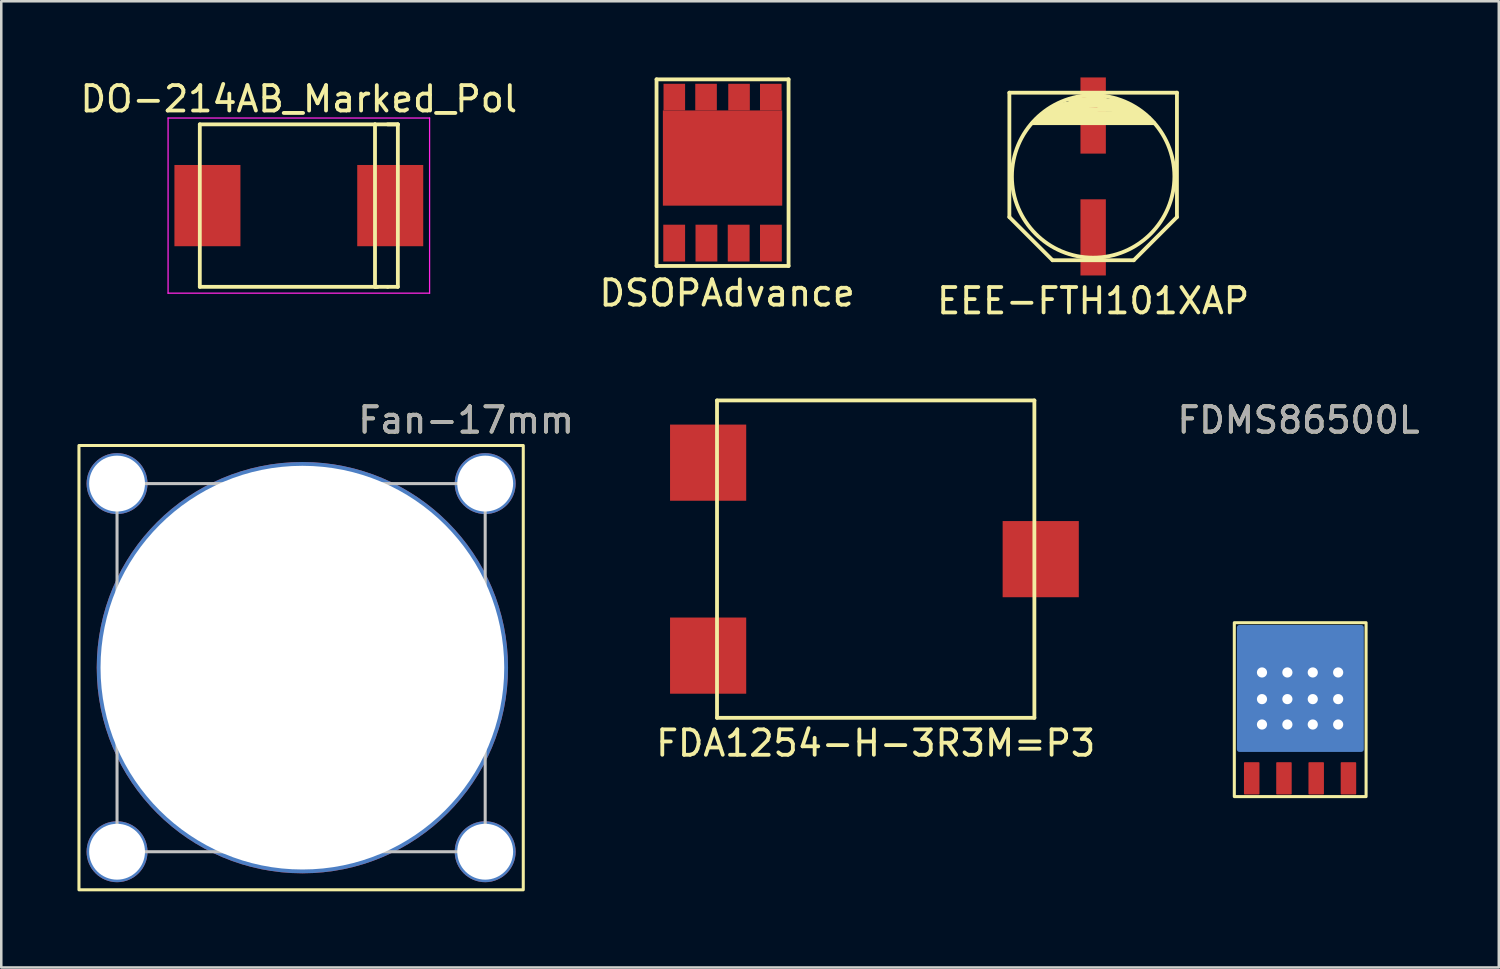
<source format=kicad_pcb>
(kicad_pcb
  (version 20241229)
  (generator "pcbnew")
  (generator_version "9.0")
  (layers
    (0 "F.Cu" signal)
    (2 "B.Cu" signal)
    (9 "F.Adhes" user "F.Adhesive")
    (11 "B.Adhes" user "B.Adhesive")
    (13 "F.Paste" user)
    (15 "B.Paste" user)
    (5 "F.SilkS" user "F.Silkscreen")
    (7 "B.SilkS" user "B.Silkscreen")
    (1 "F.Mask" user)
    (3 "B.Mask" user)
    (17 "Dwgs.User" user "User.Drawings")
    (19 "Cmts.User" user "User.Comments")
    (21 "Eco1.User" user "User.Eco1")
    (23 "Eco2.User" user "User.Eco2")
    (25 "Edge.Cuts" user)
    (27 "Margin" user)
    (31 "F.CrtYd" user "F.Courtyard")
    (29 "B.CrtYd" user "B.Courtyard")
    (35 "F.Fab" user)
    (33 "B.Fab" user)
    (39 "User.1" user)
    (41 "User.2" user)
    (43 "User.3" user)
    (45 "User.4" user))
  (footprint "FDA1254-H-3R3M=P3"
    (layer "F.Cu")
    (at 31.441 18.973)
    (property "Reference" "FDA1254-H-3R3M=P3" (at 0 7.25 0) (layer "F.SilkS") (effects (font (size 1 1) (thickness 0.15))))
    (attr through_hole)
    (fp_line (start -6.25 -6.25) (end 6.25 -6.25) (stroke (width 0.15) (type solid)) (layer "F.SilkS"))
    (fp_line (start -6.25 6.25) (end -6.25 -6.25) (stroke (width 0.15) (type solid)) (layer "F.SilkS"))
    (fp_line (start 6.25 -6.25) (end 6.25 6.25) (stroke (width 0.15) (type solid)) (layer "F.SilkS"))
    (fp_line (start 6.25 6.25) (end -6.25 6.25) (stroke (width 0.15) (type solid)) (layer "F.SilkS"))
    (pad "1" smd rect (at -6.6 -3.8) (size 3 3) (layers "F.Cu" "F.Mask" "F.Paste"))
    (pad "2" smd rect (at -6.6 3.8) (size 3 3) (layers "F.Cu" "F.Mask" "F.Paste"))
    (pad "D" smd rect (at 6.5 0) (size 3 3) (layers "F.Cu" "F.Mask" "F.Paste")))
  (footprint "FDMS86500L"
    (layer "F.Cu")
    (at 48.156 24.936)
    (property "Reference" "FDMS86500L" (at -0.06 -11.44 0) (unlocked yes) (layer "F.SilkS") (effects (font (size 1 1) (thickness 0.15))))
    (attr smd)
    (fp_rect (start -2.59 -3.46) (end 2.6 3.39) (stroke (width 0.12) (type solid)) (fill no) (layer "F.SilkS"))
    (fp_text user "${REFERENCE}" (at -0.06 -11.44 0) (unlocked yes) (layer "F.Fab") (effects (font (size 1 1) (thickness 0.15))))
    (pad "1" smd roundrect (at -1.905 2.67) (size 0.61 1.27) (layers "F.Cu" "F.Mask" "F.Paste") (roundrect_rratio 0.05))
    (pad "2" smd roundrect (at -0.635 2.67) (size 0.61 1.27) (layers "F.Cu" "F.Mask" "F.Paste") (roundrect_rratio 0.05))
    (pad "3" smd roundrect (at 0.635 2.67) (size 0.61 1.27) (layers "F.Cu" "F.Mask" "F.Paste") (roundrect_rratio 0.05))
    (pad "4" smd roundrect (at 1.905 2.67) (size 0.61 1.27) (layers "F.Cu" "F.Mask" "F.Paste") (roundrect_rratio 0.05))
    (pad "5" smd roundrect (at -1.905 -2.67) (size 0.61 1.27) (layers "F.Cu" "F.Mask" "F.Paste") (roundrect_rratio 0.05))
    (pad "5" thru_hole circle (at -1.5 -1.5) (size 0.8 0.8) (drill 0.4) (layers "*.Cu" "*.Mask"))
    (pad "5" thru_hole circle (at -1.5 -0.45) (size 0.8 0.8) (drill 0.4) (layers "*.Cu" "*.Mask"))
    (pad "5" thru_hole circle (at -1.5 0.55) (size 0.8 0.8) (drill 0.4) (layers "*.Cu" "*.Mask"))
    (pad "5" smd roundrect (at -0.635 -2.67) (size 0.61 1.27) (layers "F.Cu" "F.Mask" "F.Paste") (roundrect_rratio 0.05))
    (pad "5" thru_hole circle (at -0.5 -1.5) (size 0.8 0.8) (drill 0.4) (layers "*.Cu" "*.Mask"))
    (pad "5" thru_hole circle (at -0.5 -0.45) (size 0.8 0.8) (drill 0.4) (layers "*.Cu" "*.Mask"))
    (pad "5" thru_hole circle (at -0.5 0.55) (size 0.8 0.8) (drill 0.4) (layers "*.Cu" "*.Mask"))
    (pad "5" smd roundrect (at 0 -0.66) (size 3.91 3.75) (layers "F.Cu" "F.Mask" "F.Paste") (roundrect_rratio 0.02))
    (pad "5" smd roundrect (at 0.01 -0.87) (size 5 5) (layers "B.Cu") (roundrect_rratio 0.02))
    (pad "5" thru_hole circle (at 0.5 -1.5) (size 0.8 0.8) (drill 0.4) (layers "*.Cu" "*.Mask"))
    (pad "5" thru_hole circle (at 0.5 -0.45) (size 0.8 0.8) (drill 0.4) (layers "*.Cu" "*.Mask"))
    (pad "5" thru_hole circle (at 0.5 0.55) (size 0.8 0.8) (drill 0.4) (layers "*.Cu" "*.Mask"))
    (pad "5" smd roundrect (at 0.635 -2.67) (size 0.61 1.27) (layers "F.Cu" "F.Mask" "F.Paste") (roundrect_rratio 0.05))
    (pad "5" thru_hole circle (at 1.5 -1.5) (size 0.8 0.8) (drill 0.4) (layers "*.Cu" "*.Mask"))
    (pad "5" thru_hole circle (at 1.5 -0.45) (size 0.8 0.8) (drill 0.4) (layers "*.Cu" "*.Mask"))
    (pad "5" thru_hole circle (at 1.5 0.55) (size 0.8 0.8) (drill 0.4) (layers "*.Cu" "*.Mask"))
    (pad "5" smd roundrect (at 1.905 -2.67) (size 0.61 1.27) (layers "F.Cu" "F.Mask" "F.Paste") (roundrect_rratio 0.05)))
  (footprint "DO-214AB_Marked_Pol"
    (layer "F.Cu")
    (at 8.72 5.048)
    (property "Reference" "DO-214AB_Marked_Pol" (at 0 -4.2 0) (layer "F.SilkS") (effects (font (size 1 1) (thickness 0.15))))
    (attr smd)
    (fp_line (start -3.9 -3.2) (end -3.9 3.2) (stroke (width 0.15) (type solid)) (layer "F.SilkS"))
    (fp_line (start -3.9 -3.2) (end 3 -3.2) (stroke (width 0.15) (type solid)) (layer "F.SilkS"))
    (fp_line (start -3.9 3.2) (end 3.1 3.2) (stroke (width 0.15) (type solid)) (layer "F.SilkS"))
    (fp_line (start 3 -3.2) (end 3.9 -3.2) (stroke (width 0.15) (type solid)) (layer "F.SilkS"))
    (fp_line (start 3 3.2) (end 3 -3.2) (stroke (width 0.15) (type solid)) (layer "F.SilkS"))
    (fp_line (start 3.5 -3.2) (end 3.9 -3.2) (stroke (width 0.15) (type solid)) (layer "F.SilkS"))
    (fp_line (start 3.5 3.2) (end 3 3.2) (stroke (width 0.15) (type solid)) (layer "F.SilkS"))
    (fp_line (start 3.9 -3.2) (end 3.9 3.2) (stroke (width 0.15) (type solid)) (layer "F.SilkS"))
    (fp_line (start 3.9 3.2) (end 3.5 3.2) (stroke (width 0.15) (type solid)) (layer "F.SilkS"))
    (fp_line (start -5.15 -3.45) (end 5.15 -3.45) (stroke (width 0.05) (type solid)) (layer "F.CrtYd"))
    (fp_line (start -5.15 3.45) (end -5.15 -3.45) (stroke (width 0.05) (type solid)) (layer "F.CrtYd"))
    (fp_line (start 5.15 -3.45) (end 5.15 3.45) (stroke (width 0.05) (type solid)) (layer "F.CrtYd"))
    (fp_line (start 5.15 3.45) (end -5.15 3.45) (stroke (width 0.05) (type solid)) (layer "F.CrtYd"))
    (pad "1" smd rect (at -3.6 0) (size 2.6 3.2) (layers "F.Cu" "F.Mask" "F.Paste"))
    (pad "2" smd rect (at 3.6 0) (size 2.6 3.2) (layers "F.Cu" "F.Mask" "F.Paste")))
  (footprint "Fan-17mm"
    (layer "F.Cu")
    (at 8.81 23.247)
    (property "Reference" "Fan-17mm" (at 6.5 -9.75 0) (unlocked yes) (layer "F.SilkS") (effects (font (size 1 1) (thickness 0.15))))
    (attr smd)
    (fp_rect (start -8.75 -8.75) (end 8.75 8.75) (stroke (width 0.12) (type solid)) (fill no) (layer "F.SilkS"))
    (fp_rect (start -7.25 -7.25) (end 7.25 7.25) (stroke (width 0.12) (type solid)) (fill no) (layer "Dwgs.User"))
    (fp_text user "${REFERENCE}" (at 6.5 -9.75 0) (unlocked yes) (layer "F.Fab") (effects (font (size 1 1) (thickness 0.15))))
    (pad "" np_thru_hole circle (at -7.25 -7.25) (size 2.4 2.4) (drill 2.2) (layers "*.Cu" "*.Mask"))
    (pad "" np_thru_hole circle (at -7.25 7.25) (size 2.4 2.4) (drill 2.2) (layers "*.Cu" "*.Mask"))
    (pad "" np_thru_hole circle (at 0.05 0) (size 16.2 16.2) (drill 15.9) (layers "*.Cu" "*.Mask"))
    (pad "" np_thru_hole circle (at 7.25 -7.25) (size 2.4 2.4) (drill 2.2) (layers "*.Cu" "*.Mask"))
    (pad "" np_thru_hole circle (at 7.25 7.25) (size 2.4 2.4) (drill 2.2) (layers "*.Cu" "*.Mask")))
  (footprint "DSOPAdvance"
    (layer "F.Cu")
    (at 25.409 6.325)
    (property "Reference" "DSOPAdvance" (at 0.18 2.17 0) (layer "F.SilkS") (effects (font (size 1 1) (thickness 0.15))))
    (attr through_hole)
    (fp_line (start -2.6 -6.25) (end 2.6 -6.25) (stroke (width 0.15) (type solid)) (layer "F.SilkS"))
    (fp_line (start -2.6 1.1) (end -2.6 -6.25) (stroke (width 0.15) (type solid)) (layer "F.SilkS"))
    (fp_line (start 2.6 -6.25) (end 2.6 1.1) (stroke (width 0.15) (type solid)) (layer "F.SilkS"))
    (fp_line (start 2.6 1.1) (end -2.6 1.1) (stroke (width 0.15) (type solid)) (layer "F.SilkS"))
    (pad "1" smd rect (at -1.905 0.2) (size 0.86 1.45) (layers "F.Cu" "F.Mask" "F.Paste"))
    (pad "2" smd rect (at -0.635 0.2) (size 0.86 1.45) (layers "F.Cu" "F.Mask" "F.Paste"))
    (pad "3" smd rect (at 0.635 0.2) (size 0.86 1.45) (layers "F.Cu" "F.Mask" "F.Paste"))
    (pad "4" smd rect (at 1.905 0.2) (size 0.86 1.45) (layers "F.Cu" "F.Mask" "F.Paste"))
    (pad "5" smd rect (at -1.9 -5.55) (size 0.85 1.05) (layers "F.Cu" "F.Mask" "F.Paste"))
    (pad "5" smd rect (at -0.65 -5.55) (size 0.85 1.05) (layers "F.Cu" "F.Mask" "F.Paste"))
    (pad "5" smd rect (at 0 -3.15) (size 4.7 3.75) (layers "F.Cu" "F.Mask" "F.Paste"))
    (pad "5" smd rect (at 0.65 -5.55) (size 0.85 1.05) (layers "F.Cu" "F.Mask" "F.Paste"))
    (pad "5" smd rect (at 1.9 -5.55) (size 0.85 1.05) (layers "F.Cu" "F.Mask" "F.Paste")))
  (footprint "EEE-FTH101XAP"
    (layer "F.Cu")
    (at 40.006 3.9)
    (property "Reference" "EEE-FTH101XAP" (at 0 4.9 0) (layer "F.SilkS") (effects (font (size 1 1) (thickness 0.15))))
    (attr through_hole)
    (fp_line (start -3.3 -3.3) (end -3.3 1.6) (stroke (width 0.15) (type solid)) (layer "F.SilkS"))
    (fp_line (start -3.3 -3.3) (end 3.3 -3.3) (stroke (width 0.15) (type solid)) (layer "F.SilkS"))
    (fp_line (start -2.4 -2.1) (end 2.4 -2.1) (stroke (width 0.15) (type solid)) (layer "F.SilkS"))
    (fp_line (start -2.2 -2.2) (end 2.2 -2.3) (stroke (width 0.15) (type solid)) (layer "F.SilkS"))
    (fp_line (start -2.1 -2.3) (end -2 -2.4) (stroke (width 0.15) (type solid)) (layer "F.SilkS"))
    (fp_line (start -2 -2.4) (end 1.9 -2.4) (stroke (width 0.15) (type solid)) (layer "F.SilkS"))
    (fp_line (start -1.9 -2.5) (end 1.2 -2.2) (stroke (width 0.15) (type solid)) (layer "F.SilkS"))
    (fp_line (start -1.8 -2.5) (end -1.5 -2.7) (stroke (width 0.15) (type solid)) (layer "F.SilkS"))
    (fp_line (start -1.6 3.3) (end -3.3 1.6) (stroke (width 0.15) (type solid)) (layer "F.SilkS"))
    (fp_line (start -1.5 -2.7) (end 1.8 -2.6) (stroke (width 0.15) (type solid)) (layer "F.SilkS"))
    (fp_line (start -1.5 -2.6) (end -1.9 -2.5) (stroke (width 0.15) (type solid)) (layer "F.SilkS"))
    (fp_line (start -1.4 -2.8) (end -0.9 -2.9) (stroke (width 0.15) (type solid)) (layer "F.SilkS"))
    (fp_line (start -0.9 -3) (end 0.3 -3.1) (stroke (width 0.15) (type solid)) (layer "F.SilkS"))
    (fp_line (start -0.9 -2.9) (end 1.2 -2.9) (stroke (width 0.15) (type solid)) (layer "F.SilkS"))
    (fp_line (start 0.1 -2.6) (end -1.5 -2.6) (stroke (width 0.15) (type solid)) (layer "F.SilkS"))
    (fp_line (start 0.3 -3.1) (end 0.5 -3) (stroke (width 0.15) (type solid)) (layer "F.SilkS"))
    (fp_line (start 0.3 -2.7) (end 0.1 -2.6) (stroke (width 0.15) (type solid)) (layer "F.SilkS"))
    (fp_line (start 0.5 -3) (end 1.5 -2.7) (stroke (width 0.15) (type solid)) (layer "F.SilkS"))
    (fp_line (start 0.7 -3) (end -0.9 -3) (stroke (width 0.15) (type solid)) (layer "F.SilkS"))
    (fp_line (start 1.2 -2.9) (end 0.7 -3) (stroke (width 0.15) (type solid)) (layer "F.SilkS"))
    (fp_line (start 1.2 -2.2) (end 2.2 -2.2) (stroke (width 0.15) (type solid)) (layer "F.SilkS"))
    (fp_line (start 1.4 -2.8) (end -1.4 -2.8) (stroke (width 0.15) (type solid)) (layer "F.SilkS"))
    (fp_line (start 1.5 -2.7) (end 0.3 -2.7) (stroke (width 0.15) (type solid)) (layer "F.SilkS"))
    (fp_line (start 1.6 3.3) (end -1.6 3.3) (stroke (width 0.15) (type solid)) (layer "F.SilkS"))
    (fp_line (start 1.8 -2.6) (end 1.4 -2.8) (stroke (width 0.15) (type solid)) (layer "F.SilkS"))
    (fp_line (start 1.8 -2.5) (end -1.8 -2.5) (stroke (width 0.15) (type solid)) (layer "F.SilkS"))
    (fp_line (start 1.9 -2.4) (end 1.8 -2.5) (stroke (width 0.15) (type solid)) (layer "F.SilkS"))
    (fp_line (start 2 -2.4) (end 0.8 -2.6) (stroke (width 0.15) (type solid)) (layer "F.SilkS"))
    (fp_line (start 2.2 -2.3) (end -2.1 -2.3) (stroke (width 0.15) (type solid)) (layer "F.SilkS"))
    (fp_line (start 2.2 -2.2) (end 2 -2.4) (stroke (width 0.15) (type solid)) (layer "F.SilkS"))
    (fp_line (start 2.4 -2.1) (end -2.2 -2.2) (stroke (width 0.15) (type solid)) (layer "F.SilkS"))
    (fp_line (start 3.3 -3.3) (end 3.3 1.6) (stroke (width 0.15) (type solid)) (layer "F.SilkS"))
    (fp_line (start 3.3 1.6) (end 1.6 3.3) (stroke (width 0.15) (type solid)) (layer "F.SilkS"))
    (fp_circle (center 0 0) (end 3.2 0) (stroke (width 0.15) (type solid)) (fill no) (layer "F.SilkS"))
    (pad "1" smd rect (at 0 2.4) (size 1 3) (layers "F.Cu" "F.Mask" "F.Paste"))
    (pad "2" smd rect (at 0 -2.4) (size 1 3) (layers "F.Cu" "F.Mask" "F.Paste")))
  (gr_rect
    (start -3 -3)
    (end 55.983 35.056)
    (stroke (width 0.1) (type default))
    (fill no)
    (layer "Edge.Cuts")))
</source>
